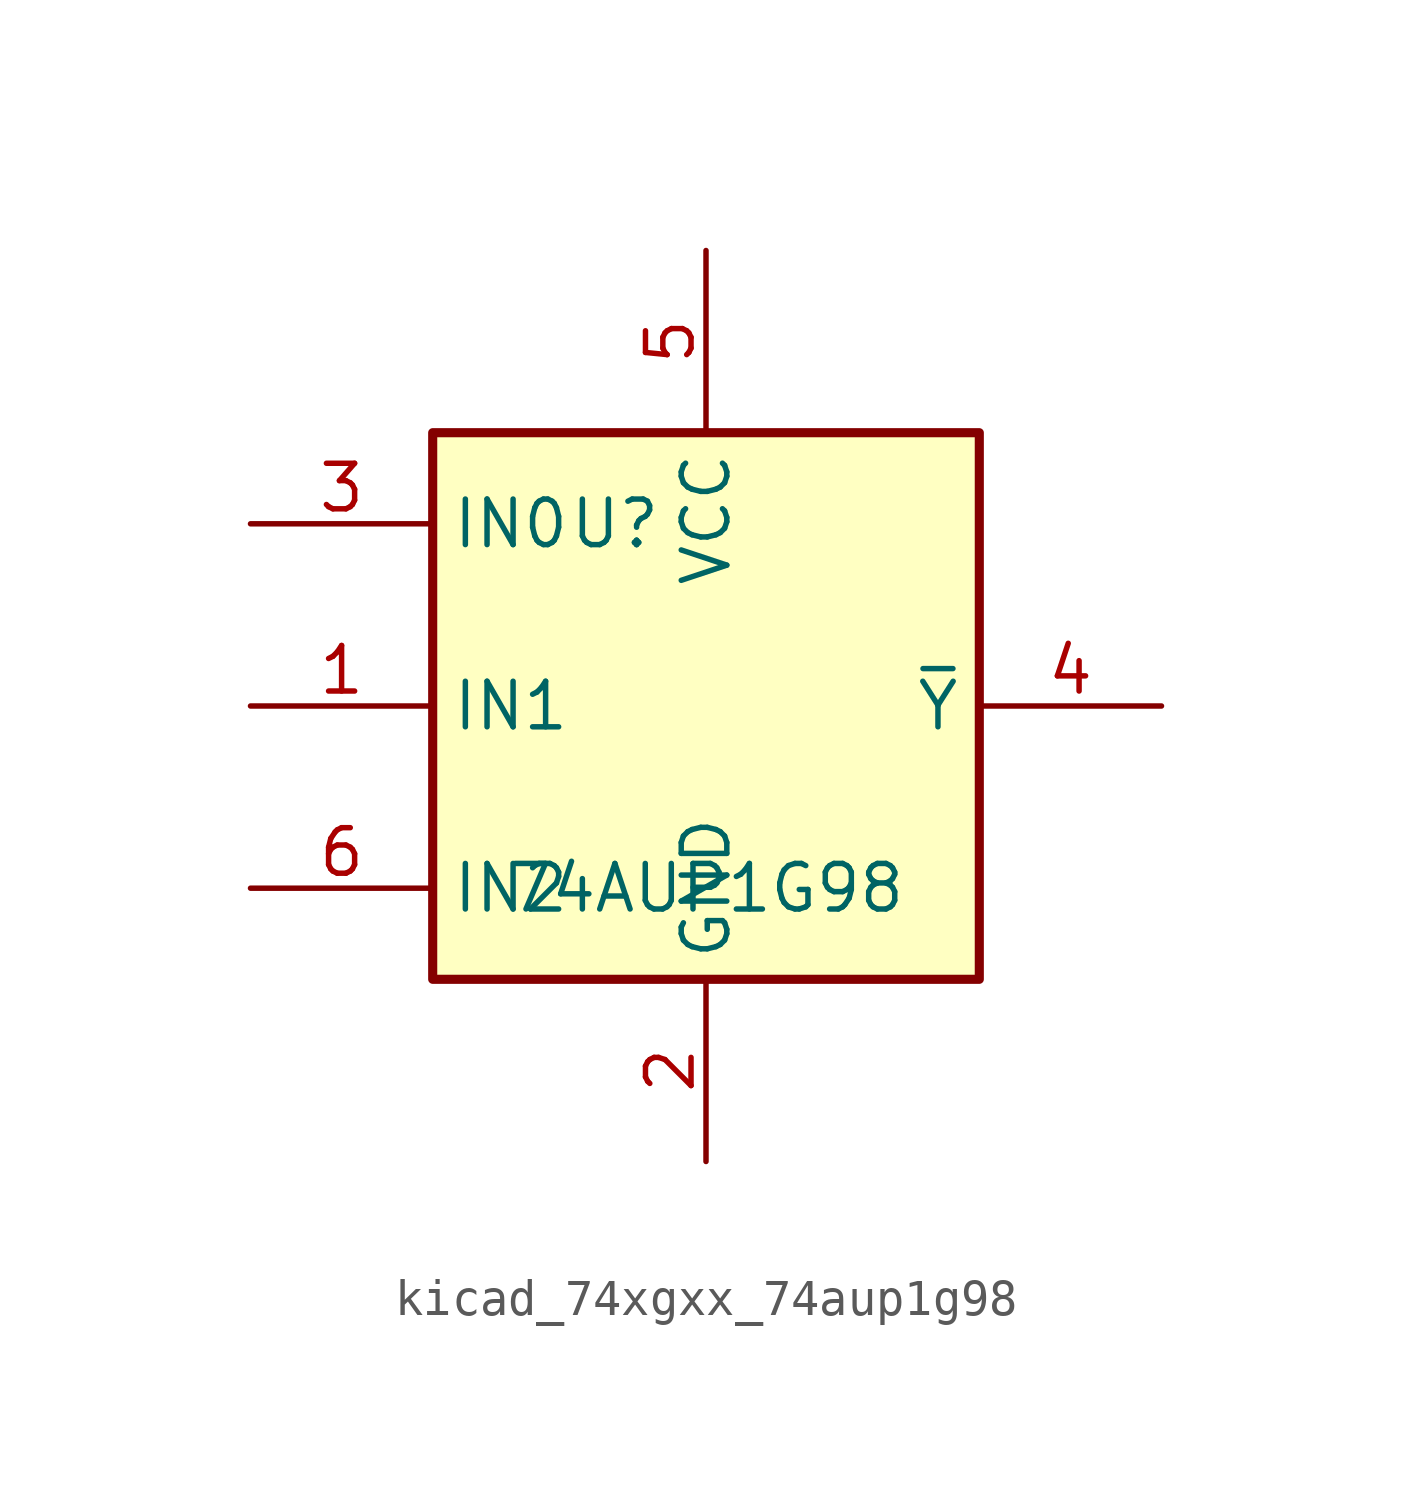
<source format=kicad_sym>
(kicad_symbol_lib
  (version 20220914)
  (generator kicad_symbol_editor)
  (symbol "kicad_74xgxx_74aup1g98"
    (property "Reference" "U"
      (at -2.54 5.08 0)
      (effects (font (size 1.27 1.27))))
    (property "Value" "74AUP1G98"
      (at 0 -5.08 0)
      (effects (font (size 1.27 1.27))))
    (symbol "kicad_74xgxx_74aup1g98_0_1"
      (rectangle (start -7.62 7.62) (end 7.62 -7.62) (stroke (width 0.254) (type default)) (fill (type background))))
    (symbol "kicad_74xgxx_74aup1g98_1_1"
      (pin input line (at -12.7 0 0) (length 5.08) (name "IN1" (effects (font (size 1.27 1.27)))) (number "1" (effects (font (size 1.27 1.27)))))
      (pin power_in line (at 0 -12.7 90) (length 5.08) (name "GND" (effects (font (size 1.27 1.27)))) (number "2" (effects (font (size 1.27 1.27)))))
      (pin input line (at -12.7 5.08 0) (length 5.08) (name "IN0" (effects (font (size 1.27 1.27)))) (number "3" (effects (font (size 1.27 1.27)))))
      (pin output line (at 12.7 0 180) (length 5.08) (name "~{Y}" (effects (font (size 1.27 1.27)))) (number "4" (effects (font (size 1.27 1.27)))))
      (pin power_in line (at 0 12.7 270) (length 5.08) (name "VCC" (effects (font (size 1.27 1.27)))) (number "5" (effects (font (size 1.27 1.27)))))
      (pin input line (at -12.7 -5.08 0) (length 5.08) (name "IN2" (effects (font (size 1.27 1.27)))) (number "6" (effects (font (size 1.27 1.27))))))))
</source>
